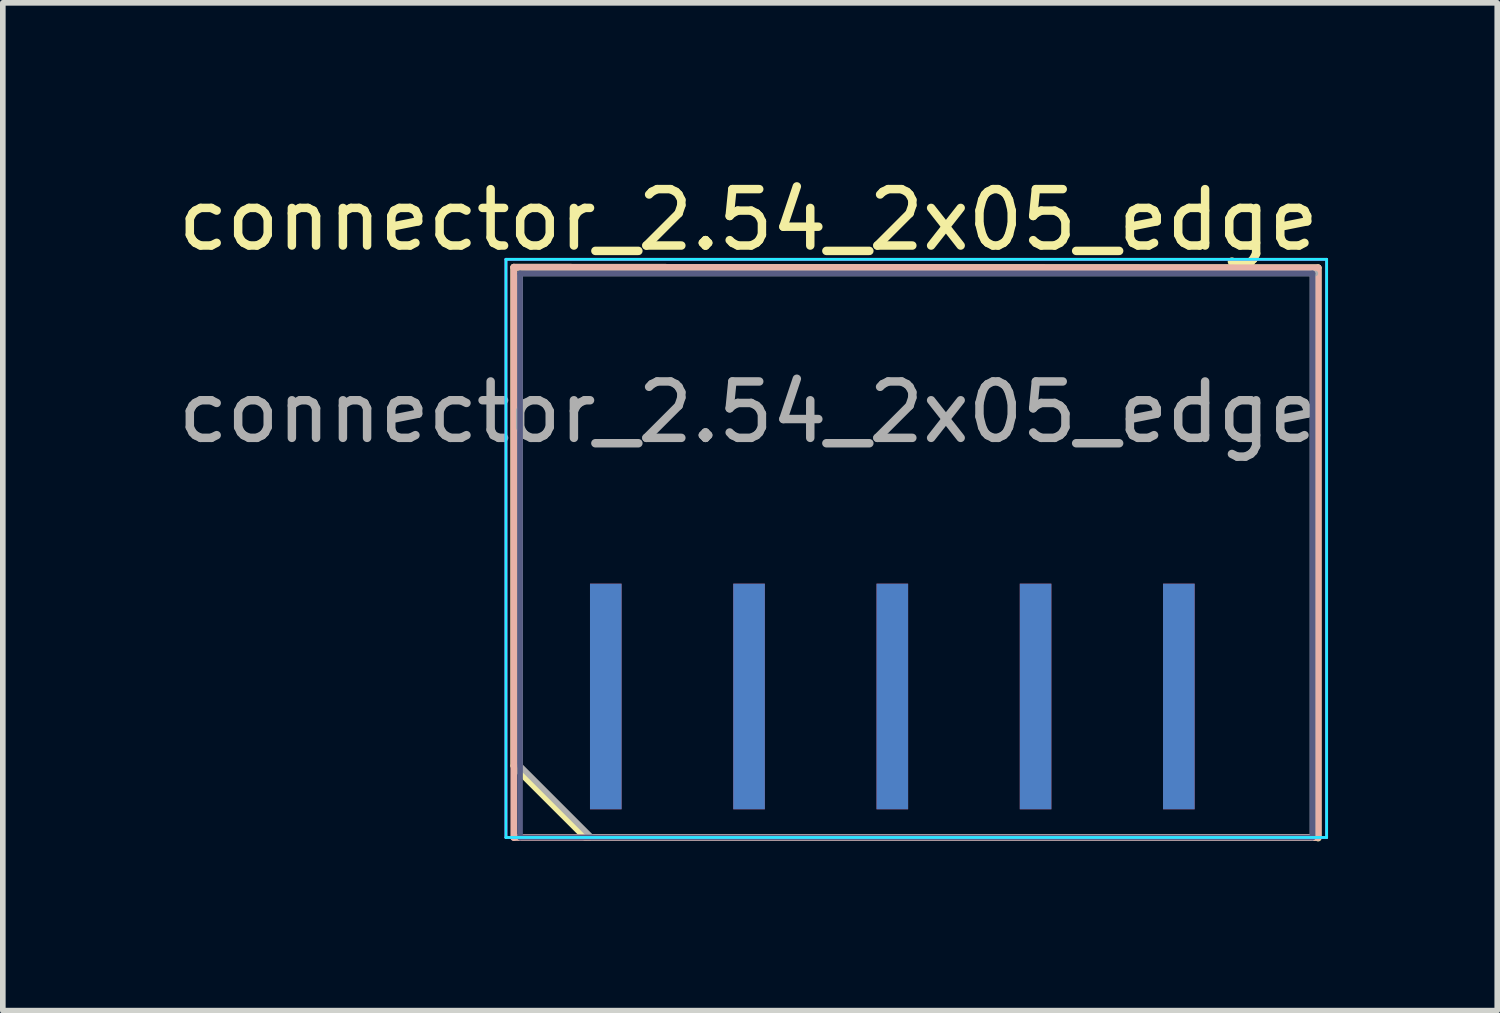
<source format=kicad_pcb>
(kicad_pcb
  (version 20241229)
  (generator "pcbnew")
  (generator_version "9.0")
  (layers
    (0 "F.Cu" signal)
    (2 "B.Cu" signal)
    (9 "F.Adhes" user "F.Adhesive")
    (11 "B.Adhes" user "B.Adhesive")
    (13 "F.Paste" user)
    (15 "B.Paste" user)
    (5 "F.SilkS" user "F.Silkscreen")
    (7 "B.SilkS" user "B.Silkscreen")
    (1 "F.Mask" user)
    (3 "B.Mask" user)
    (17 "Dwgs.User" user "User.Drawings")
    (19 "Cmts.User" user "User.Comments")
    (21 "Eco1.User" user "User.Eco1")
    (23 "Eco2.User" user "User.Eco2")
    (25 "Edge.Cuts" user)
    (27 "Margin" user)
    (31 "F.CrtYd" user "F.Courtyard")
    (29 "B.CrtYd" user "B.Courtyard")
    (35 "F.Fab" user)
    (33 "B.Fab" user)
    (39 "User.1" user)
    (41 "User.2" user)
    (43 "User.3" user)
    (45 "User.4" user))
  (footprint "connector_2.54_2x05_edge"
    (layer "F.Cu")
    (at 10.22 6.798)
    (property "Reference" "connector_2.54_2x05_edge" (at 0 -5.95 0) (layer "F.SilkS") (effects (font (size 1 1) (thickness 0.15))))
    (attr exclude_from_pos_files exclude_from_bom)
    (fp_line (start -4.16 -5.11) (end 10.1 -5.1) (stroke (width 0.12) (type solid)) (layer "F.SilkS"))
    (fp_line (start -4.16 3.73) (end -4.16 -5.11) (stroke (width 0.12) (type solid)) (layer "F.SilkS"))
    (fp_line (start -2.89 5) (end -4.16 3.73) (stroke (width 0.12) (type solid)) (layer "F.SilkS"))
    (fp_line (start -2.89 5) (end 10.1 5) (stroke (width 0.12) (type solid)) (layer "F.SilkS"))
    (fp_line (start 10.1 5.01) (end 10.1 -5.1) (stroke (width 0.12) (type solid)) (layer "F.SilkS"))
    (fp_line (start -4.16 -5.11) (end 10.1 -5.1) (stroke (width 0.12) (type solid)) (layer "B.SilkS"))
    (fp_line (start -4.16 5) (end -4.16 -5.11) (stroke (width 0.12) (type solid)) (layer "B.SilkS"))
    (fp_line (start -4.16 5) (end 10.05 5) (stroke (width 0.12) (type solid)) (layer "B.SilkS"))
    (fp_line (start 10.1 5) (end 10.1 -5.05) (stroke (width 0.12) (type solid)) (layer "B.SilkS"))
    (fp_line (start -4.3 -5.25) (end -4.3 5) (stroke (width 0.05) (type solid)) (layer "B.CrtYd"))
    (fp_line (start -4.3 5) (end 10.25 5) (stroke (width 0.05) (type solid)) (layer "B.CrtYd"))
    (fp_line (start 10.25 -5.25) (end -4.3 -5.25) (stroke (width 0.05) (type solid)) (layer "B.CrtYd"))
    (fp_line (start 10.25 5) (end 10.25 -5.25) (stroke (width 0.05) (type solid)) (layer "B.CrtYd"))
    (fp_line (start -4.3 -5.25) (end -4.3 5) (stroke (width 0.05) (type solid)) (layer "F.CrtYd"))
    (fp_line (start -4.3 5) (end 10.25 5) (stroke (width 0.05) (type solid)) (layer "F.CrtYd"))
    (fp_line (start 10.25 -5.25) (end -4.3 -5.25) (stroke (width 0.05) (type solid)) (layer "F.CrtYd"))
    (fp_line (start 10.25 5) (end 10.25 -5.25) (stroke (width 0.05) (type solid)) (layer "F.CrtYd"))
    (fp_line (start -4.05 -5) (end 10 -5) (stroke (width 0.1) (type solid)) (layer "B.Fab"))
    (fp_line (start -4.05 5) (end -4.05 -5) (stroke (width 0.1) (type solid)) (layer "B.Fab"))
    (fp_line (start -4.05 5) (end 10 5) (stroke (width 0.1) (type solid)) (layer "B.Fab"))
    (fp_line (start 10 5) (end 10 -5) (stroke (width 0.1) (type solid)) (layer "B.Fab"))
    (fp_line (start -4.05 -5) (end 10.05 -5) (stroke (width 0.1) (type solid)) (layer "F.Fab"))
    (fp_line (start -4.05 3.73) (end -4.05 -5) (stroke (width 0.1) (type solid)) (layer "F.Fab"))
    (fp_line (start -4.05 3.73) (end -2.78 5) (stroke (width 0.1) (type solid)) (layer "F.Fab"))
    (fp_line (start -2.78 5) (end 10 5) (stroke (width 0.1) (type solid)) (layer "F.Fab"))
    (fp_line (start 10 5) (end 10 -5) (stroke (width 0.1) (type solid)) (layer "F.Fab"))
    (fp_text user "${REFERENCE}" (at 0 -2.54 0) (layer "F.Fab") (effects (font (size 1 1) (thickness 0.15))))
    (pad "1" connect rect (at -2.53 2.5) (size 0.56 4) (layers "F.Cu" "F.Mask"))
    (pad "2" connect rect (at -2.53 2.5) (size 0.56 4) (layers "B.Cu" "B.Mask"))
    (pad "3" connect rect (at 0.01 2.5) (size 0.56 4) (layers "F.Cu" "F.Mask"))
    (pad "4" connect rect (at 0.01 2.5) (size 0.56 4) (layers "B.Cu" "B.Mask"))
    (pad "5" connect rect (at 2.55 2.5) (size 0.56 4) (layers "F.Cu" "F.Mask"))
    (pad "6" connect rect (at 2.55 2.5) (size 0.56 4) (layers "B.Cu" "B.Mask"))
    (pad "7" connect rect (at 5.09 2.5) (size 0.56 4) (layers "F.Cu" "F.Mask"))
    (pad "8" connect rect (at 5.09 2.5) (size 0.56 4) (layers "B.Cu" "B.Mask"))
    (pad "9" connect rect (at 7.63 2.5) (size 0.56 4) (layers "F.Cu" "F.Mask"))
    (pad "10" connect rect (at 7.63 2.5) (size 0.56 4) (layers "B.Cu" "B.Mask")))
  (gr_rect
    (start -3 -3)
    (end 23.495 14.868)
    (stroke (width 0.1) (type default))
    (fill no)
    (layer "Edge.Cuts")))
</source>
